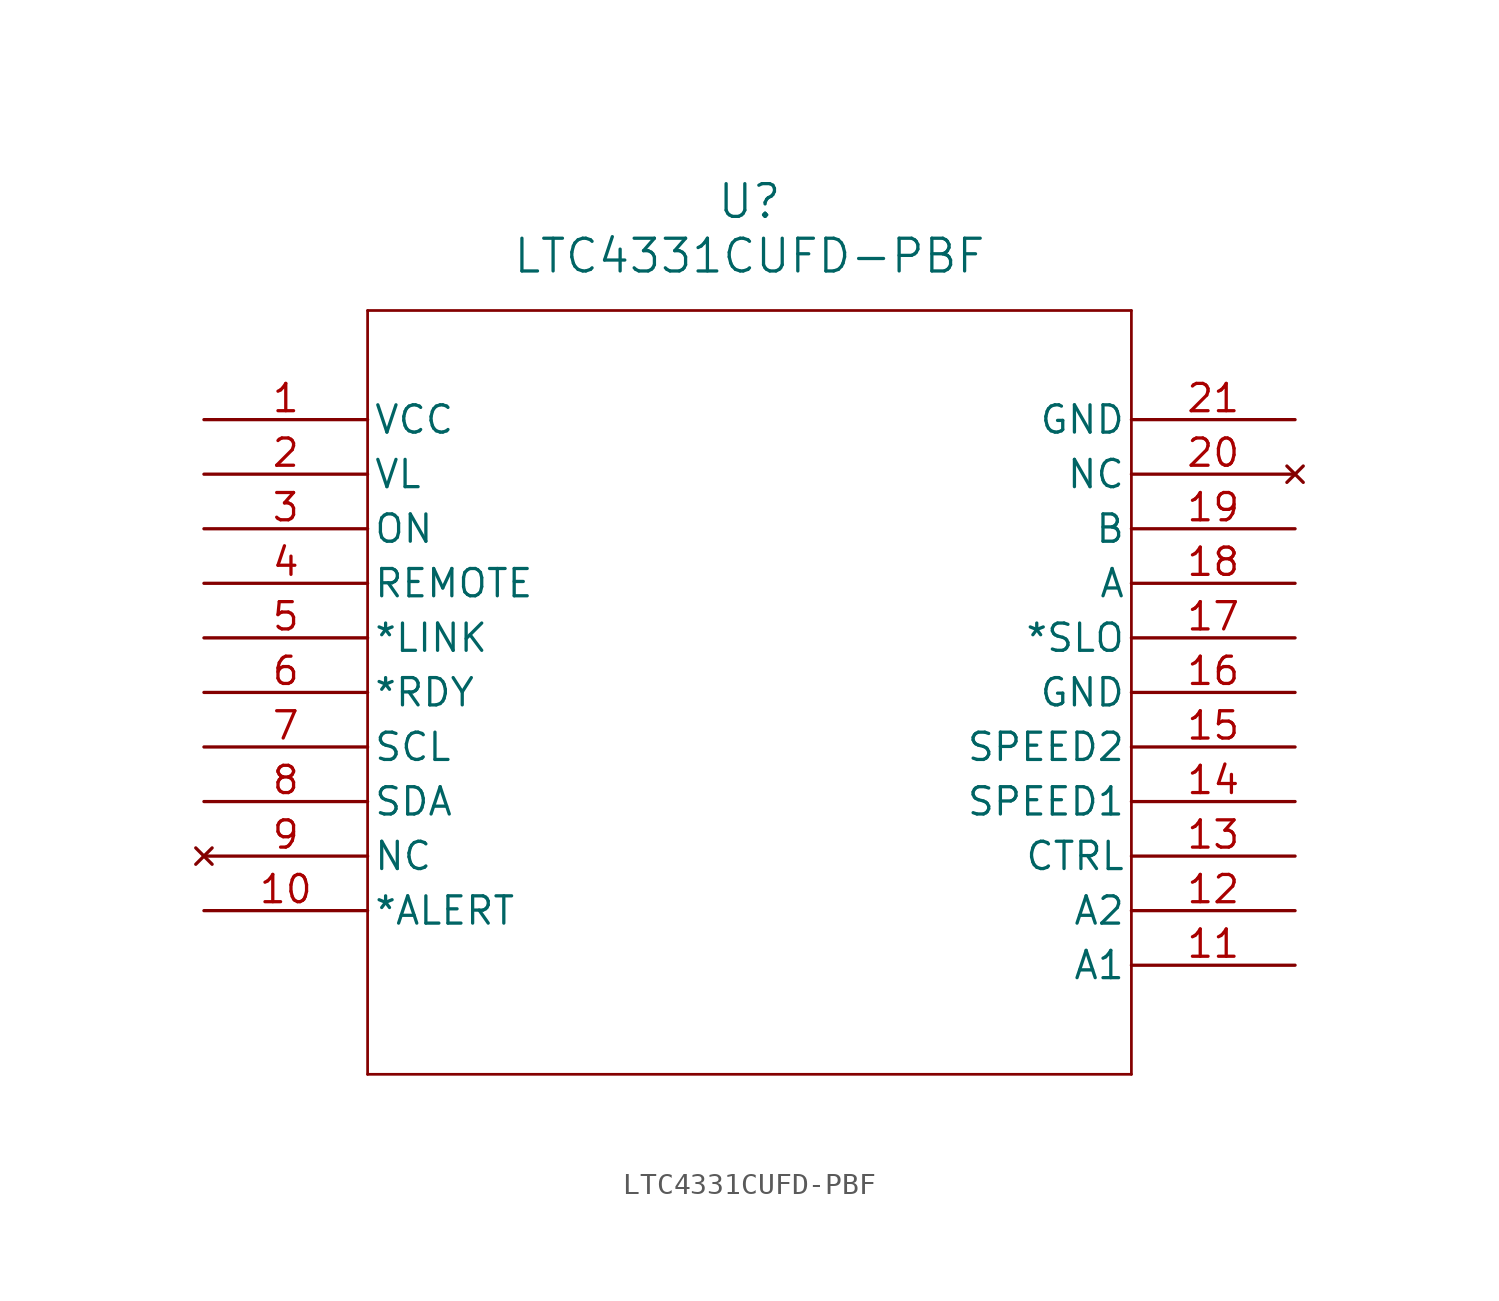
<source format=kicad_sym>
(kicad_symbol_lib
  (version 20211014)
  (generator kicad_symbol_editor)
  (symbol "LTC4331CUFD-PBF"
    (pin_names
      (offset 0.254))
    (property "Reference" "U"
      (at 25.4 10.16 0)
      (effects (font (size 1.524 1.524))))
    (property "Value" "LTC4331CUFD-PBF"
      (at 25.4 7.62 0)
      (effects (font (size 1.524 1.524))))
    (symbol "LTC4331CUFD-PBF_0_1"
      (polyline (pts (xy 7.62 5.08) (xy 7.62 -30.48)) (stroke (width 0.127) (type default) (color 0 0 0 0)) (fill (type none)))
      (polyline (pts (xy 7.62 -30.48) (xy 43.18 -30.48)) (stroke (width 0.127) (type default) (color 0 0 0 0)) (fill (type none)))
      (polyline (pts (xy 43.18 -30.48) (xy 43.18 5.08)) (stroke (width 0.127) (type default) (color 0 0 0 0)) (fill (type none)))
      (polyline (pts (xy 43.18 5.08) (xy 7.62 5.08)) (stroke (width 0.127) (type default) (color 0 0 0 0)) (fill (type none)))
      (pin power_in line (at 0 0 0) (length 7.62) (name "VCC" (effects (font (size 1.27 1.27)))) (number "1" (effects (font (size 1.27 1.27)))))
      (pin power_in line (at 0 -2.54 0) (length 7.62) (name "VL" (effects (font (size 1.27 1.27)))) (number "2" (effects (font (size 1.27 1.27)))))
      (pin input line (at 0 -5.08 0) (length 7.62) (name "ON" (effects (font (size 1.27 1.27)))) (number "3" (effects (font (size 1.27 1.27)))))
      (pin input line (at 0 -7.62 0) (length 7.62) (name "REMOTE" (effects (font (size 1.27 1.27)))) (number "4" (effects (font (size 1.27 1.27)))))
      (pin output line (at 0 -10.16 0) (length 7.62) (name "*LINK" (effects (font (size 1.27 1.27)))) (number "5" (effects (font (size 1.27 1.27)))))
      (pin output line (at 0 -12.7 0) (length 7.62) (name "*RDY" (effects (font (size 1.27 1.27)))) (number "6" (effects (font (size 1.27 1.27)))))
      (pin bidirectional line (at 0 -15.24 0) (length 7.62) (name "SCL" (effects (font (size 1.27 1.27)))) (number "7" (effects (font (size 1.27 1.27)))))
      (pin bidirectional line (at 0 -17.78 0) (length 7.62) (name "SDA" (effects (font (size 1.27 1.27)))) (number "8" (effects (font (size 1.27 1.27)))))
      (pin no_connect line (at 0 -20.32 0) (length 7.62) (name "NC" (effects (font (size 1.27 1.27)))) (number "9" (effects (font (size 1.27 1.27)))))
      (pin bidirectional line (at 0 -22.86 0) (length 7.62) (name "*ALERT" (effects (font (size 1.27 1.27)))) (number "10" (effects (font (size 1.27 1.27)))))
      (pin input line (at 50.8 -25.4 180) (length 7.62) (name "A1" (effects (font (size 1.27 1.27)))) (number "11" (effects (font (size 1.27 1.27)))))
      (pin input line (at 50.8 -22.86 180) (length 7.62) (name "A2" (effects (font (size 1.27 1.27)))) (number "12" (effects (font (size 1.27 1.27)))))
      (pin unspecified line (at 50.8 -20.32 180) (length 7.62) (name "CTRL" (effects (font (size 1.27 1.27)))) (number "13" (effects (font (size 1.27 1.27)))))
      (pin input line (at 50.8 -17.78 180) (length 7.62) (name "SPEED1" (effects (font (size 1.27 1.27)))) (number "14" (effects (font (size 1.27 1.27)))))
      (pin input line (at 50.8 -15.24 180) (length 7.62) (name "SPEED2" (effects (font (size 1.27 1.27)))) (number "15" (effects (font (size 1.27 1.27)))))
      (pin power_out line (at 50.8 -12.7 180) (length 7.62) (name "GND" (effects (font (size 1.27 1.27)))) (number "16" (effects (font (size 1.27 1.27)))))
      (pin input line (at 50.8 -10.16 180) (length 7.62) (name "*SLO" (effects (font (size 1.27 1.27)))) (number "17" (effects (font (size 1.27 1.27)))))
      (pin unspecified line (at 50.8 -7.62 180) (length 7.62) (name "A" (effects (font (size 1.27 1.27)))) (number "18" (effects (font (size 1.27 1.27)))))
      (pin unspecified line (at 50.8 -5.08 180) (length 7.62) (name "B" (effects (font (size 1.27 1.27)))) (number "19" (effects (font (size 1.27 1.27)))))
      (pin no_connect line (at 50.8 -2.54 180) (length 7.62) (name "NC" (effects (font (size 1.27 1.27)))) (number "20" (effects (font (size 1.27 1.27)))))
      (pin power_out line (at 50.8 0 180) (length 7.62) (name "GND" (effects (font (size 1.27 1.27)))) (number "21" (effects (font (size 1.27 1.27))))))))
</source>
